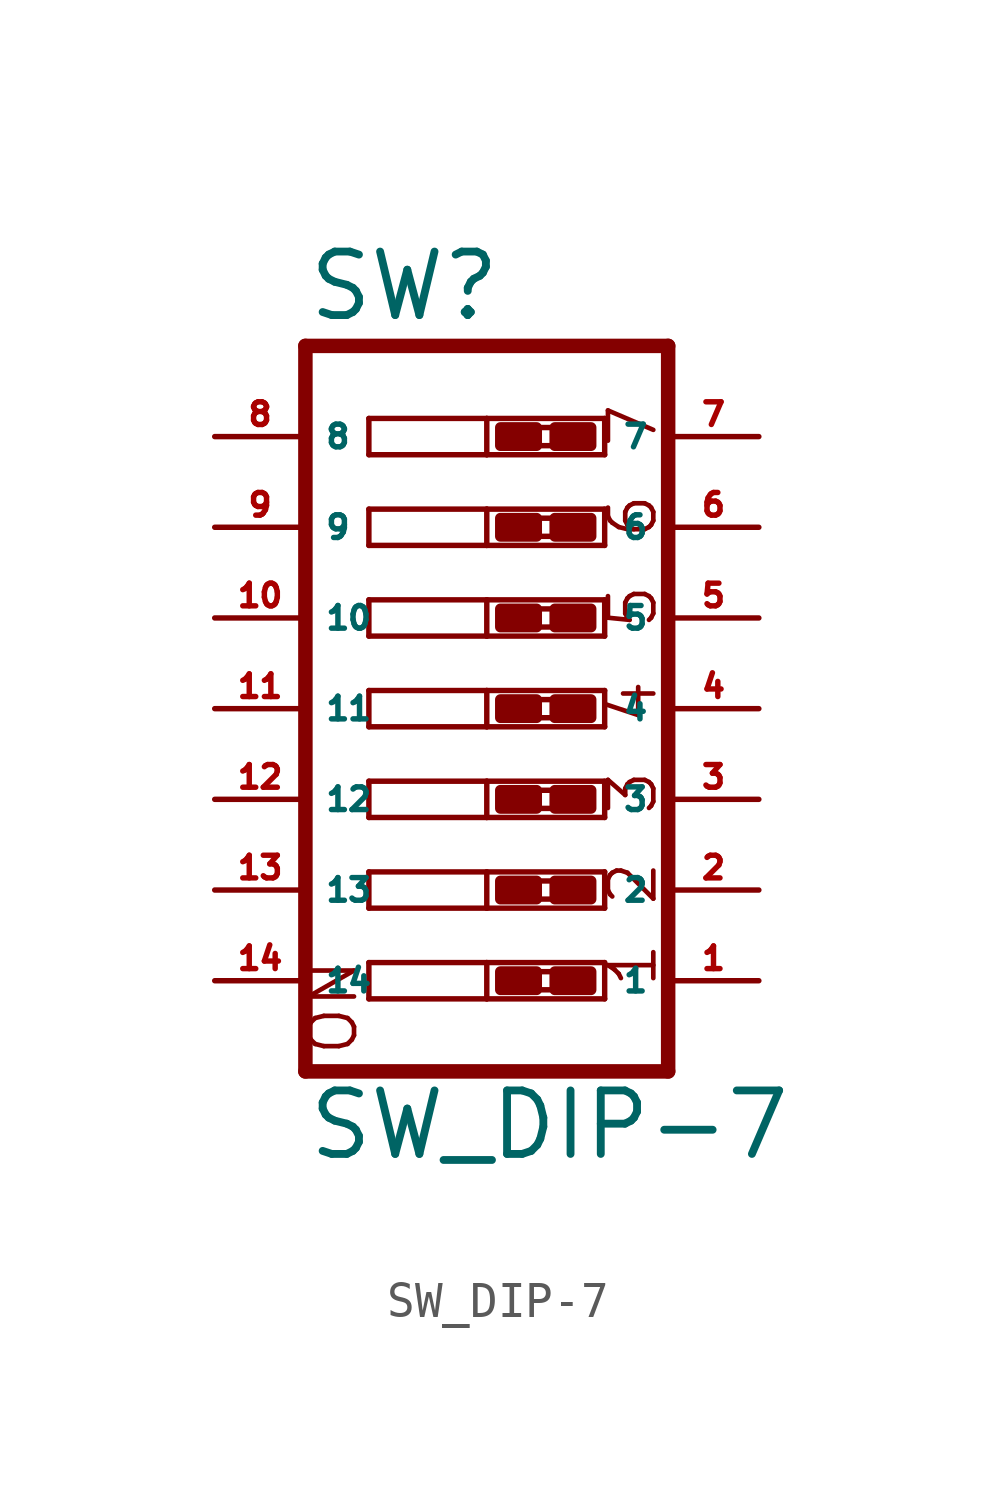
<source format=kicad_sym>
(kicad_symbol_lib
  (version 20220914)
  (generator Eagle2Kicad)
  (symbol "SW_DIP-7"
    (property "Reference" "SW"
      (at -5.08 10.795 0)
      (effects (font (size 1.778 1.778) (thickness 0.22)) (justify left bottom)))
    (property "Value" "SW_DIP-7"
      (at -5.08 -12.7 0)
      (effects (font (size 1.778 1.778) (thickness 0.22)) (justify left bottom)))
    (polyline
      (pts (xy -3.302 8.128) (xy 0 8.128))
      (stroke (width 0.152) (type default))
      (fill (type none)))
    (polyline
      (pts (xy 3.302 8.128) (xy 3.302 7.112))
      (stroke (width 0.152) (type default))
      (fill (type none)))
    (polyline
      (pts (xy 3.302 7.112) (xy 0 7.112))
      (stroke (width 0.152) (type default))
      (fill (type none)))
    (polyline
      (pts (xy -3.302 7.112) (xy -3.302 8.128))
      (stroke (width 0.152) (type default))
      (fill (type none)))
    (polyline
      (pts (xy 0 8.128) (xy 0 7.112))
      (stroke (width 0.152) (type default))
      (fill (type none)))
    (polyline
      (pts (xy 0 8.128) (xy 3.302 8.128))
      (stroke (width 0.152) (type default))
      (fill (type none)))
    (polyline
      (pts (xy 0 7.112) (xy -3.302 7.112))
      (stroke (width 0.152) (type default))
      (fill (type none)))
    (polyline
      (pts (xy -3.302 5.588) (xy 0 5.588))
      (stroke (width 0.152) (type default))
      (fill (type none)))
    (polyline
      (pts (xy 3.302 5.588) (xy 3.302 4.572))
      (stroke (width 0.152) (type default))
      (fill (type none)))
    (polyline
      (pts (xy 3.302 4.572) (xy 0 4.572))
      (stroke (width 0.152) (type default))
      (fill (type none)))
    (polyline
      (pts (xy -3.302 4.572) (xy -3.302 5.588))
      (stroke (width 0.152) (type default))
      (fill (type none)))
    (polyline
      (pts (xy 0 5.588) (xy 0 4.572))
      (stroke (width 0.152) (type default))
      (fill (type none)))
    (polyline
      (pts (xy 0 5.588) (xy 3.302 5.588))
      (stroke (width 0.152) (type default))
      (fill (type none)))
    (polyline
      (pts (xy 0 4.572) (xy -3.302 4.572))
      (stroke (width 0.152) (type default))
      (fill (type none)))
    (polyline
      (pts (xy -3.302 3.048) (xy 0 3.048))
      (stroke (width 0.152) (type default))
      (fill (type none)))
    (polyline
      (pts (xy 3.302 3.048) (xy 3.302 2.032))
      (stroke (width 0.152) (type default))
      (fill (type none)))
    (polyline
      (pts (xy 3.302 2.032) (xy 0 2.032))
      (stroke (width 0.152) (type default))
      (fill (type none)))
    (polyline
      (pts (xy -3.302 2.032) (xy -3.302 3.048))
      (stroke (width 0.152) (type default))
      (fill (type none)))
    (polyline
      (pts (xy 0 3.048) (xy 0 2.032))
      (stroke (width 0.152) (type default))
      (fill (type none)))
    (polyline
      (pts (xy 0 3.048) (xy 3.302 3.048))
      (stroke (width 0.152) (type default))
      (fill (type none)))
    (polyline
      (pts (xy 0 2.032) (xy -3.302 2.032))
      (stroke (width 0.152) (type default))
      (fill (type none)))
    (polyline
      (pts (xy -3.302 0.508) (xy 0 0.508))
      (stroke (width 0.152) (type default))
      (fill (type none)))
    (polyline
      (pts (xy 3.302 0.508) (xy 3.302 -0.508))
      (stroke (width 0.152) (type default))
      (fill (type none)))
    (polyline
      (pts (xy 3.302 -0.508) (xy 0 -0.508))
      (stroke (width 0.152) (type default))
      (fill (type none)))
    (polyline
      (pts (xy -3.302 -0.508) (xy -3.302 0.508))
      (stroke (width 0.152) (type default))
      (fill (type none)))
    (polyline
      (pts (xy 0 0.508) (xy 0 -0.508))
      (stroke (width 0.152) (type default))
      (fill (type none)))
    (polyline
      (pts (xy 0 0.508) (xy 3.302 0.508))
      (stroke (width 0.152) (type default))
      (fill (type none)))
    (polyline
      (pts (xy 0 -0.508) (xy -3.302 -0.508))
      (stroke (width 0.152) (type default))
      (fill (type none)))
    (polyline
      (pts (xy -3.302 -2.032) (xy 0 -2.032))
      (stroke (width 0.152) (type default))
      (fill (type none)))
    (polyline
      (pts (xy 3.302 -2.032) (xy 3.302 -3.048))
      (stroke (width 0.152) (type default))
      (fill (type none)))
    (polyline
      (pts (xy 3.302 -3.048) (xy 0 -3.048))
      (stroke (width 0.152) (type default))
      (fill (type none)))
    (polyline
      (pts (xy -3.302 -3.048) (xy -3.302 -2.032))
      (stroke (width 0.152) (type default))
      (fill (type none)))
    (polyline
      (pts (xy 0 -2.032) (xy 0 -3.048))
      (stroke (width 0.152) (type default))
      (fill (type none)))
    (polyline
      (pts (xy 0 -2.032) (xy 3.302 -2.032))
      (stroke (width 0.152) (type default))
      (fill (type none)))
    (polyline
      (pts (xy 0 -3.048) (xy -3.302 -3.048))
      (stroke (width 0.152) (type default))
      (fill (type none)))
    (polyline
      (pts (xy -3.302 -4.572) (xy 0 -4.572))
      (stroke (width 0.152) (type default))
      (fill (type none)))
    (polyline
      (pts (xy 3.302 -4.572) (xy 3.302 -5.588))
      (stroke (width 0.152) (type default))
      (fill (type none)))
    (polyline
      (pts (xy 3.302 -5.588) (xy 0 -5.588))
      (stroke (width 0.152) (type default))
      (fill (type none)))
    (polyline
      (pts (xy -3.302 -5.588) (xy -3.302 -4.572))
      (stroke (width 0.152) (type default))
      (fill (type none)))
    (polyline
      (pts (xy 0 -4.572) (xy 0 -5.588))
      (stroke (width 0.152) (type default))
      (fill (type none)))
    (polyline
      (pts (xy 0 -4.572) (xy 3.302 -4.572))
      (stroke (width 0.152) (type default))
      (fill (type none)))
    (polyline
      (pts (xy 0 -5.588) (xy -3.302 -5.588))
      (stroke (width 0.152) (type default))
      (fill (type none)))
    (polyline
      (pts (xy -3.302 -7.112) (xy 0 -7.112))
      (stroke (width 0.152) (type default))
      (fill (type none)))
    (polyline
      (pts (xy 3.302 -7.112) (xy 3.302 -8.128))
      (stroke (width 0.152) (type default))
      (fill (type none)))
    (polyline
      (pts (xy 3.302 -8.128) (xy 0 -8.128))
      (stroke (width 0.152) (type default))
      (fill (type none)))
    (polyline
      (pts (xy -3.302 -8.128) (xy -3.302 -7.112))
      (stroke (width 0.152) (type default))
      (fill (type none)))
    (polyline
      (pts (xy 0 -7.112) (xy 0 -8.128))
      (stroke (width 0.152) (type default))
      (fill (type none)))
    (polyline
      (pts (xy 0 -7.112) (xy 3.302 -7.112))
      (stroke (width 0.152) (type default))
      (fill (type none)))
    (polyline
      (pts (xy 0 -8.128) (xy -3.302 -8.128))
      (stroke (width 0.152) (type default))
      (fill (type none)))
    (polyline
      (pts (xy -5.08 10.16) (xy -5.08 -10.16))
      (stroke (width 0.406) (type default))
      (fill (type none)))
    (polyline
      (pts (xy -5.08 -10.16) (xy 5.08 -10.16))
      (stroke (width 0.406) (type default))
      (fill (type none)))
    (polyline
      (pts (xy 5.08 -10.16) (xy 5.08 10.16))
      (stroke (width 0.406) (type default))
      (fill (type none)))
    (polyline
      (pts (xy 5.08 10.16) (xy -5.08 10.16))
      (stroke (width 0.406) (type default))
      (fill (type none)))
    (polyline
      (pts (xy 1.397 7.874) (xy 1.905 7.874))
      (stroke (width 0) (type default))
      (fill (type none)))
    (polyline
      (pts (xy 1.397 7.366) (xy 1.905 7.366))
      (stroke (width 0) (type default))
      (fill (type none)))
    (polyline
      (pts (xy 1.397 5.334) (xy 1.905 5.334))
      (stroke (width 0) (type default))
      (fill (type none)))
    (polyline
      (pts (xy 1.397 4.826) (xy 1.905 4.826))
      (stroke (width 0) (type default))
      (fill (type none)))
    (polyline
      (pts (xy 1.397 2.794) (xy 1.905 2.794))
      (stroke (width 0) (type default))
      (fill (type none)))
    (polyline
      (pts (xy 1.397 2.286) (xy 1.905 2.286))
      (stroke (width 0) (type default))
      (fill (type none)))
    (polyline
      (pts (xy 1.397 0.254) (xy 1.905 0.254))
      (stroke (width 0) (type default))
      (fill (type none)))
    (polyline
      (pts (xy 1.397 -0.254) (xy 1.905 -0.254))
      (stroke (width 0) (type default))
      (fill (type none)))
    (polyline
      (pts (xy 1.397 -2.286) (xy 1.905 -2.286))
      (stroke (width 0) (type default))
      (fill (type none)))
    (polyline
      (pts (xy 1.397 -2.794) (xy 1.905 -2.794))
      (stroke (width 0) (type default))
      (fill (type none)))
    (polyline
      (pts (xy 1.397 -4.826) (xy 1.905 -4.826))
      (stroke (width 0) (type default))
      (fill (type none)))
    (polyline
      (pts (xy 1.397 -5.334) (xy 1.905 -5.334))
      (stroke (width 0) (type default))
      (fill (type none)))
    (polyline
      (pts (xy 1.397 -7.366) (xy 1.905 -7.366))
      (stroke (width 0) (type default))
      (fill (type none)))
    (polyline
      (pts (xy 1.397 -7.874) (xy 1.905 -7.874))
      (stroke (width 0) (type default))
      (fill (type none)))
    (text "1"
      (at 4.826 -7.874 900)
      (effects (font (size 1.27 1.27) (thickness 0.13)) (justify left bottom)))
    (text "2"
      (at 4.826 -5.588 900)
      (effects (font (size 1.27 1.27) (thickness 0.13)) (justify left bottom)))
    (text "3"
      (at 4.826 -3.048 900)
      (effects (font (size 1.27 1.27) (thickness 0.13)) (justify left bottom)))
    (text "4"
      (at 4.826 -0.508 900)
      (effects (font (size 1.27 1.27) (thickness 0.13)) (justify left bottom)))
    (text "5"
      (at 4.826 2.159 900)
      (effects (font (size 1.27 1.27) (thickness 0.13)) (justify left bottom)))
    (text "6"
      (at 4.826 4.699 900)
      (effects (font (size 1.27 1.27) (thickness 0.13)) (justify left bottom)))
    (text "7"
      (at 4.826 7.239 900)
      (effects (font (size 1.27 1.27) (thickness 0.13)) (justify left bottom)))
    (text "ON"
      (at -3.556 -9.779 900)
      (effects (font (size 1.27 1.27) (thickness 0.13)) (justify left bottom)))
    (rectangle
      (start 0.381 7.366)
      (end 1.397 7.874)
      (stroke (width 0.3) (type default))
      (fill (type outline)))
    (rectangle
      (start 1.905 7.366)
      (end 2.921 7.874)
      (stroke (width 0.3) (type default))
      (fill (type outline)))
    (rectangle
      (start 0.381 4.826)
      (end 1.397 5.334)
      (stroke (width 0.3) (type default))
      (fill (type outline)))
    (rectangle
      (start 1.905 4.826)
      (end 2.921 5.334)
      (stroke (width 0.3) (type default))
      (fill (type outline)))
    (rectangle
      (start 0.381 2.286)
      (end 1.397 2.794)
      (stroke (width 0.3) (type default))
      (fill (type outline)))
    (rectangle
      (start 1.905 2.286)
      (end 2.921 2.794)
      (stroke (width 0.3) (type default))
      (fill (type outline)))
    (rectangle
      (start 0.381 -0.254)
      (end 1.397 0.254)
      (stroke (width 0.3) (type default))
      (fill (type outline)))
    (rectangle
      (start 1.905 -0.254)
      (end 2.921 0.254)
      (stroke (width 0.3) (type default))
      (fill (type outline)))
    (rectangle
      (start 0.381 -2.794)
      (end 1.397 -2.286)
      (stroke (width 0.3) (type default))
      (fill (type outline)))
    (rectangle
      (start 1.905 -2.794)
      (end 2.921 -2.286)
      (stroke (width 0.3) (type default))
      (fill (type outline)))
    (rectangle
      (start 0.381 -5.334)
      (end 1.397 -4.826)
      (stroke (width 0.3) (type default))
      (fill (type outline)))
    (rectangle
      (start 1.905 -5.334)
      (end 2.921 -4.826)
      (stroke (width 0.3) (type default))
      (fill (type outline)))
    (rectangle
      (start 0.381 -7.874)
      (end 1.397 -7.366)
      (stroke (width 0.3) (type default))
      (fill (type outline)))
    (rectangle
      (start 1.905 -7.874)
      (end 2.921 -7.366)
      (stroke (width 0.3) (type default))
      (fill (type outline)))
    (pin passive line
      (at -7.62 7.62 0)
      (length 2.54)
      (name "8" (effects (font (size 0.635 0.635) (thickness 0.08)) (justify left bottom)))
      (number "8" (effects (font (size 0.635 0.635) (thickness 0.08)) (justify left bottom))))
    (pin passive line
      (at -7.62 5.08 0)
      (length 2.54)
      (name "9" (effects (font (size 0.635 0.635) (thickness 0.08)) (justify left bottom)))
      (number "9" (effects (font (size 0.635 0.635) (thickness 0.08)) (justify left bottom))))
    (pin passive line
      (at -7.62 2.54 0)
      (length 2.54)
      (name "10" (effects (font (size 0.635 0.635) (thickness 0.08)) (justify left bottom)))
      (number "10" (effects (font (size 0.635 0.635) (thickness 0.08)) (justify left bottom))))
    (pin passive line
      (at -7.62 0 0)
      (length 2.54)
      (name "11" (effects (font (size 0.635 0.635) (thickness 0.08)) (justify left bottom)))
      (number "11" (effects (font (size 0.635 0.635) (thickness 0.08)) (justify left bottom))))
    (pin passive line
      (at -7.62 -2.54 0)
      (length 2.54)
      (name "12" (effects (font (size 0.635 0.635) (thickness 0.08)) (justify left bottom)))
      (number "12" (effects (font (size 0.635 0.635) (thickness 0.08)) (justify left bottom))))
    (pin passive line
      (at -7.62 -5.08 0)
      (length 2.54)
      (name "13" (effects (font (size 0.635 0.635) (thickness 0.08)) (justify left bottom)))
      (number "13" (effects (font (size 0.635 0.635) (thickness 0.08)) (justify left bottom))))
    (pin passive line
      (at -7.62 -7.62 0)
      (length 2.54)
      (name "14" (effects (font (size 0.635 0.635) (thickness 0.08)) (justify left bottom)))
      (number "14" (effects (font (size 0.635 0.635) (thickness 0.08)) (justify left bottom))))
    (pin passive line
      (at 7.62 -7.62 180)
      (length 2.54)
      (name "1" (effects (font (size 0.635 0.635) (thickness 0.08)) (justify left bottom)))
      (number "1" (effects (font (size 0.635 0.635) (thickness 0.08)) (justify left bottom))))
    (pin passive line
      (at 7.62 -5.08 180)
      (length 2.54)
      (name "2" (effects (font (size 0.635 0.635) (thickness 0.08)) (justify left bottom)))
      (number "2" (effects (font (size 0.635 0.635) (thickness 0.08)) (justify left bottom))))
    (pin passive line
      (at 7.62 -2.54 180)
      (length 2.54)
      (name "3" (effects (font (size 0.635 0.635) (thickness 0.08)) (justify left bottom)))
      (number "3" (effects (font (size 0.635 0.635) (thickness 0.08)) (justify left bottom))))
    (pin passive line
      (at 7.62 0 180)
      (length 2.54)
      (name "4" (effects (font (size 0.635 0.635) (thickness 0.08)) (justify left bottom)))
      (number "4" (effects (font (size 0.635 0.635) (thickness 0.08)) (justify left bottom))))
    (pin passive line
      (at 7.62 2.54 180)
      (length 2.54)
      (name "5" (effects (font (size 0.635 0.635) (thickness 0.08)) (justify left bottom)))
      (number "5" (effects (font (size 0.635 0.635) (thickness 0.08)) (justify left bottom))))
    (pin passive line
      (at 7.62 5.08 180)
      (length 2.54)
      (name "6" (effects (font (size 0.635 0.635) (thickness 0.08)) (justify left bottom)))
      (number "6" (effects (font (size 0.635 0.635) (thickness 0.08)) (justify left bottom))))
    (pin passive line
      (at 7.62 7.62 180)
      (length 2.54)
      (name "7" (effects (font (size 0.635 0.635) (thickness 0.08)) (justify left bottom)))
      (number "7" (effects (font (size 0.635 0.635) (thickness 0.08)) (justify left bottom))))))
</source>
